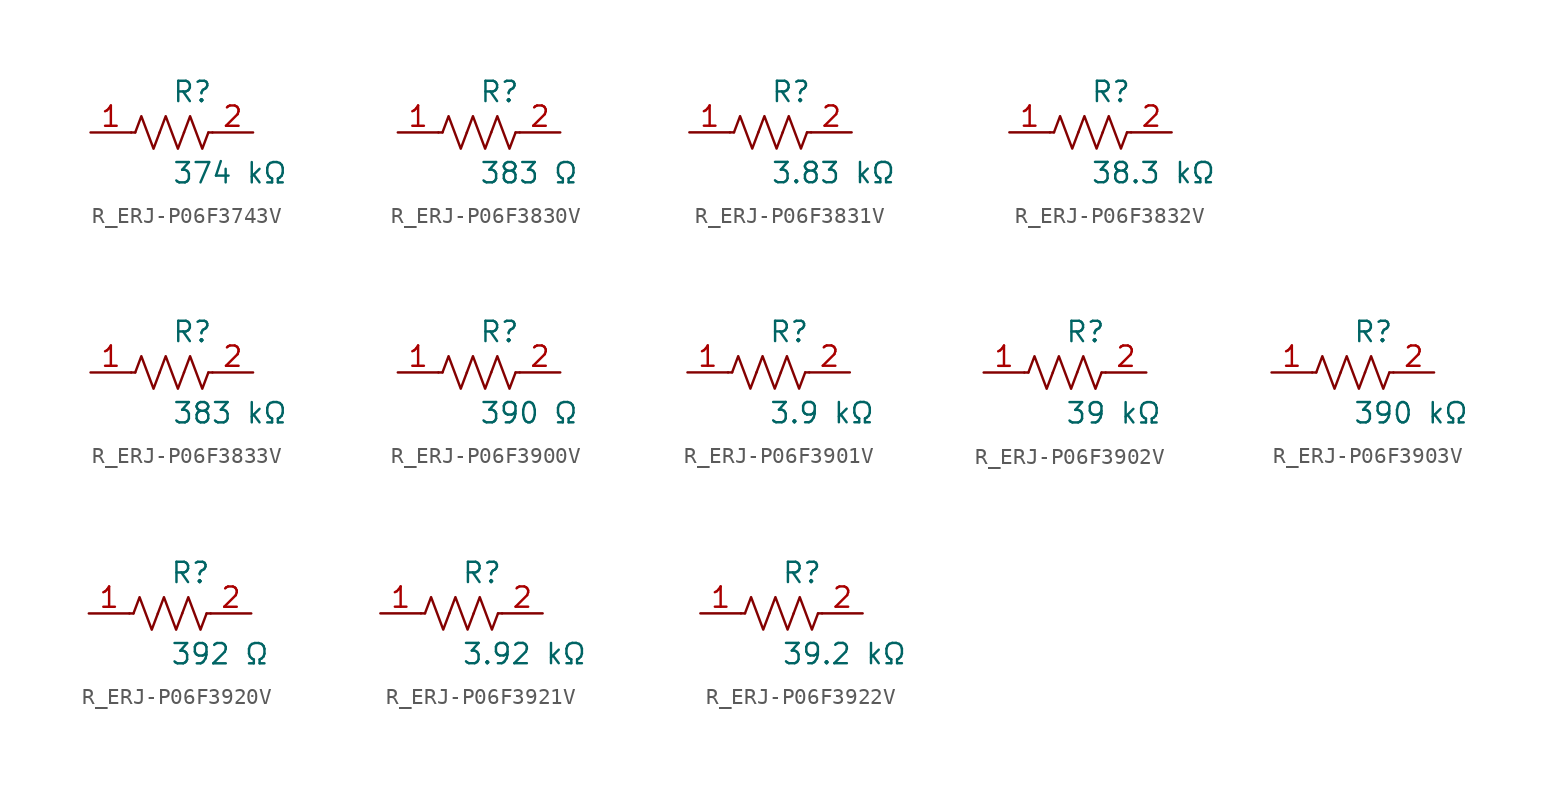
<source format=kicad_sym>
(kicad_symbol_lib
  (version 20231120)
  (generator kicad_symbol_editor)
  (generator_version 8.0)
  (symbol "R_ERJ-P06F3743V"
    (pin_names
      (offset 0.254))
    (property "Reference" "R"
      (at 0.0 2.54 0)
      (effects (font (size 1.27 1.27)) (justify left)))
    (property "Value" "374 kΩ"
      (at 0.0 -2.54 0)
      (effects (font (size 1.27 1.27)) (justify left)))
    (symbol "R_ERJ-P06F3743V_0_1"
      (polyline (pts (xy 2.286 0) (xy 2.54 0)) (stroke (width 0) (type default)) (fill (type none)))
      (polyline (pts (xy -2.286 0) (xy -2.54 0)) (stroke (width 0) (type default)) (fill (type none)))
      (polyline (pts (xy 0.762 0) (xy 1.143 1.016) (xy 1.524 0) (xy 1.905 -1.016) (xy 2.286 0)) (stroke (width 0) (type default)) (fill (type none)))
      (polyline (pts (xy -0.762 0) (xy -0.381 1.016) (xy 0 0) (xy 0.381 -1.016) (xy 0.762 0)) (stroke (width 0) (type default)) (fill (type none)))
      (polyline (pts (xy -2.286 0) (xy -1.905 1.016) (xy -1.524 0) (xy -1.143 -1.016) (xy -0.762 0)) (stroke (width 0) (type default)) (fill (type none))))
    (pin unspecified line
      (at -5.08 0 0)
      (length 2.54)
      (name "" (effects (font (size 1.27 1.27))))
      (number "1" (effects (font (size 1.27 1.27)))))
    (pin unspecified line
      (at 5.08 0 180)
      (length 2.54)
      (name "" (effects (font (size 1.27 1.27))))
      (number "2" (effects (font (size 1.27 1.27))))))
  (symbol "R_ERJ-P06F3830V"
    (pin_names
      (offset 0.254))
    (property "Reference" "R"
      (at 0.0 2.54 0)
      (effects (font (size 1.27 1.27)) (justify left)))
    (property "Value" "383 Ω"
      (at 0.0 -2.54 0)
      (effects (font (size 1.27 1.27)) (justify left)))
    (symbol "R_ERJ-P06F3830V_0_1"
      (polyline (pts (xy 2.286 0) (xy 2.54 0)) (stroke (width 0) (type default)) (fill (type none)))
      (polyline (pts (xy -2.286 0) (xy -2.54 0)) (stroke (width 0) (type default)) (fill (type none)))
      (polyline (pts (xy 0.762 0) (xy 1.143 1.016) (xy 1.524 0) (xy 1.905 -1.016) (xy 2.286 0)) (stroke (width 0) (type default)) (fill (type none)))
      (polyline (pts (xy -0.762 0) (xy -0.381 1.016) (xy 0 0) (xy 0.381 -1.016) (xy 0.762 0)) (stroke (width 0) (type default)) (fill (type none)))
      (polyline (pts (xy -2.286 0) (xy -1.905 1.016) (xy -1.524 0) (xy -1.143 -1.016) (xy -0.762 0)) (stroke (width 0) (type default)) (fill (type none))))
    (pin unspecified line
      (at -5.08 0 0)
      (length 2.54)
      (name "" (effects (font (size 1.27 1.27))))
      (number "1" (effects (font (size 1.27 1.27)))))
    (pin unspecified line
      (at 5.08 0 180)
      (length 2.54)
      (name "" (effects (font (size 1.27 1.27))))
      (number "2" (effects (font (size 1.27 1.27))))))
  (symbol "R_ERJ-P06F3831V"
    (pin_names
      (offset 0.254))
    (property "Reference" "R"
      (at 0.0 2.54 0)
      (effects (font (size 1.27 1.27)) (justify left)))
    (property "Value" "3.83 kΩ"
      (at 0.0 -2.54 0)
      (effects (font (size 1.27 1.27)) (justify left)))
    (symbol "R_ERJ-P06F3831V_0_1"
      (polyline (pts (xy 2.286 0) (xy 2.54 0)) (stroke (width 0) (type default)) (fill (type none)))
      (polyline (pts (xy -2.286 0) (xy -2.54 0)) (stroke (width 0) (type default)) (fill (type none)))
      (polyline (pts (xy 0.762 0) (xy 1.143 1.016) (xy 1.524 0) (xy 1.905 -1.016) (xy 2.286 0)) (stroke (width 0) (type default)) (fill (type none)))
      (polyline (pts (xy -0.762 0) (xy -0.381 1.016) (xy 0 0) (xy 0.381 -1.016) (xy 0.762 0)) (stroke (width 0) (type default)) (fill (type none)))
      (polyline (pts (xy -2.286 0) (xy -1.905 1.016) (xy -1.524 0) (xy -1.143 -1.016) (xy -0.762 0)) (stroke (width 0) (type default)) (fill (type none))))
    (pin unspecified line
      (at -5.08 0 0)
      (length 2.54)
      (name "" (effects (font (size 1.27 1.27))))
      (number "1" (effects (font (size 1.27 1.27)))))
    (pin unspecified line
      (at 5.08 0 180)
      (length 2.54)
      (name "" (effects (font (size 1.27 1.27))))
      (number "2" (effects (font (size 1.27 1.27))))))
  (symbol "R_ERJ-P06F3832V"
    (pin_names
      (offset 0.254))
    (property "Reference" "R"
      (at 0.0 2.54 0)
      (effects (font (size 1.27 1.27)) (justify left)))
    (property "Value" "38.3 kΩ"
      (at 0.0 -2.54 0)
      (effects (font (size 1.27 1.27)) (justify left)))
    (symbol "R_ERJ-P06F3832V_0_1"
      (polyline (pts (xy 2.286 0) (xy 2.54 0)) (stroke (width 0) (type default)) (fill (type none)))
      (polyline (pts (xy -2.286 0) (xy -2.54 0)) (stroke (width 0) (type default)) (fill (type none)))
      (polyline (pts (xy 0.762 0) (xy 1.143 1.016) (xy 1.524 0) (xy 1.905 -1.016) (xy 2.286 0)) (stroke (width 0) (type default)) (fill (type none)))
      (polyline (pts (xy -0.762 0) (xy -0.381 1.016) (xy 0 0) (xy 0.381 -1.016) (xy 0.762 0)) (stroke (width 0) (type default)) (fill (type none)))
      (polyline (pts (xy -2.286 0) (xy -1.905 1.016) (xy -1.524 0) (xy -1.143 -1.016) (xy -0.762 0)) (stroke (width 0) (type default)) (fill (type none))))
    (pin unspecified line
      (at -5.08 0 0)
      (length 2.54)
      (name "" (effects (font (size 1.27 1.27))))
      (number "1" (effects (font (size 1.27 1.27)))))
    (pin unspecified line
      (at 5.08 0 180)
      (length 2.54)
      (name "" (effects (font (size 1.27 1.27))))
      (number "2" (effects (font (size 1.27 1.27))))))
  (symbol "R_ERJ-P06F3833V"
    (pin_names
      (offset 0.254))
    (property "Reference" "R"
      (at 0.0 2.54 0)
      (effects (font (size 1.27 1.27)) (justify left)))
    (property "Value" "383 kΩ"
      (at 0.0 -2.54 0)
      (effects (font (size 1.27 1.27)) (justify left)))
    (symbol "R_ERJ-P06F3833V_0_1"
      (polyline (pts (xy 2.286 0) (xy 2.54 0)) (stroke (width 0) (type default)) (fill (type none)))
      (polyline (pts (xy -2.286 0) (xy -2.54 0)) (stroke (width 0) (type default)) (fill (type none)))
      (polyline (pts (xy 0.762 0) (xy 1.143 1.016) (xy 1.524 0) (xy 1.905 -1.016) (xy 2.286 0)) (stroke (width 0) (type default)) (fill (type none)))
      (polyline (pts (xy -0.762 0) (xy -0.381 1.016) (xy 0 0) (xy 0.381 -1.016) (xy 0.762 0)) (stroke (width 0) (type default)) (fill (type none)))
      (polyline (pts (xy -2.286 0) (xy -1.905 1.016) (xy -1.524 0) (xy -1.143 -1.016) (xy -0.762 0)) (stroke (width 0) (type default)) (fill (type none))))
    (pin unspecified line
      (at -5.08 0 0)
      (length 2.54)
      (name "" (effects (font (size 1.27 1.27))))
      (number "1" (effects (font (size 1.27 1.27)))))
    (pin unspecified line
      (at 5.08 0 180)
      (length 2.54)
      (name "" (effects (font (size 1.27 1.27))))
      (number "2" (effects (font (size 1.27 1.27))))))
  (symbol "R_ERJ-P06F3900V"
    (pin_names
      (offset 0.254))
    (property "Reference" "R"
      (at 0.0 2.54 0)
      (effects (font (size 1.27 1.27)) (justify left)))
    (property "Value" "390 Ω"
      (at 0.0 -2.54 0)
      (effects (font (size 1.27 1.27)) (justify left)))
    (symbol "R_ERJ-P06F3900V_0_1"
      (polyline (pts (xy 2.286 0) (xy 2.54 0)) (stroke (width 0) (type default)) (fill (type none)))
      (polyline (pts (xy -2.286 0) (xy -2.54 0)) (stroke (width 0) (type default)) (fill (type none)))
      (polyline (pts (xy 0.762 0) (xy 1.143 1.016) (xy 1.524 0) (xy 1.905 -1.016) (xy 2.286 0)) (stroke (width 0) (type default)) (fill (type none)))
      (polyline (pts (xy -0.762 0) (xy -0.381 1.016) (xy 0 0) (xy 0.381 -1.016) (xy 0.762 0)) (stroke (width 0) (type default)) (fill (type none)))
      (polyline (pts (xy -2.286 0) (xy -1.905 1.016) (xy -1.524 0) (xy -1.143 -1.016) (xy -0.762 0)) (stroke (width 0) (type default)) (fill (type none))))
    (pin unspecified line
      (at -5.08 0 0)
      (length 2.54)
      (name "" (effects (font (size 1.27 1.27))))
      (number "1" (effects (font (size 1.27 1.27)))))
    (pin unspecified line
      (at 5.08 0 180)
      (length 2.54)
      (name "" (effects (font (size 1.27 1.27))))
      (number "2" (effects (font (size 1.27 1.27))))))
  (symbol "R_ERJ-P06F3901V"
    (pin_names
      (offset 0.254))
    (property "Reference" "R"
      (at 0.0 2.54 0)
      (effects (font (size 1.27 1.27)) (justify left)))
    (property "Value" "3.9 kΩ"
      (at 0.0 -2.54 0)
      (effects (font (size 1.27 1.27)) (justify left)))
    (symbol "R_ERJ-P06F3901V_0_1"
      (polyline (pts (xy 2.286 0) (xy 2.54 0)) (stroke (width 0) (type default)) (fill (type none)))
      (polyline (pts (xy -2.286 0) (xy -2.54 0)) (stroke (width 0) (type default)) (fill (type none)))
      (polyline (pts (xy 0.762 0) (xy 1.143 1.016) (xy 1.524 0) (xy 1.905 -1.016) (xy 2.286 0)) (stroke (width 0) (type default)) (fill (type none)))
      (polyline (pts (xy -0.762 0) (xy -0.381 1.016) (xy 0 0) (xy 0.381 -1.016) (xy 0.762 0)) (stroke (width 0) (type default)) (fill (type none)))
      (polyline (pts (xy -2.286 0) (xy -1.905 1.016) (xy -1.524 0) (xy -1.143 -1.016) (xy -0.762 0)) (stroke (width 0) (type default)) (fill (type none))))
    (pin unspecified line
      (at -5.08 0 0)
      (length 2.54)
      (name "" (effects (font (size 1.27 1.27))))
      (number "1" (effects (font (size 1.27 1.27)))))
    (pin unspecified line
      (at 5.08 0 180)
      (length 2.54)
      (name "" (effects (font (size 1.27 1.27))))
      (number "2" (effects (font (size 1.27 1.27))))))
  (symbol "R_ERJ-P06F3902V"
    (pin_names
      (offset 0.254))
    (property "Reference" "R"
      (at 0.0 2.54 0)
      (effects (font (size 1.27 1.27)) (justify left)))
    (property "Value" "39 kΩ"
      (at 0.0 -2.54 0)
      (effects (font (size 1.27 1.27)) (justify left)))
    (symbol "R_ERJ-P06F3902V_0_1"
      (polyline (pts (xy 2.286 0) (xy 2.54 0)) (stroke (width 0) (type default)) (fill (type none)))
      (polyline (pts (xy -2.286 0) (xy -2.54 0)) (stroke (width 0) (type default)) (fill (type none)))
      (polyline (pts (xy 0.762 0) (xy 1.143 1.016) (xy 1.524 0) (xy 1.905 -1.016) (xy 2.286 0)) (stroke (width 0) (type default)) (fill (type none)))
      (polyline (pts (xy -0.762 0) (xy -0.381 1.016) (xy 0 0) (xy 0.381 -1.016) (xy 0.762 0)) (stroke (width 0) (type default)) (fill (type none)))
      (polyline (pts (xy -2.286 0) (xy -1.905 1.016) (xy -1.524 0) (xy -1.143 -1.016) (xy -0.762 0)) (stroke (width 0) (type default)) (fill (type none))))
    (pin unspecified line
      (at -5.08 0 0)
      (length 2.54)
      (name "" (effects (font (size 1.27 1.27))))
      (number "1" (effects (font (size 1.27 1.27)))))
    (pin unspecified line
      (at 5.08 0 180)
      (length 2.54)
      (name "" (effects (font (size 1.27 1.27))))
      (number "2" (effects (font (size 1.27 1.27))))))
  (symbol "R_ERJ-P06F3903V"
    (pin_names
      (offset 0.254))
    (property "Reference" "R"
      (at 0.0 2.54 0)
      (effects (font (size 1.27 1.27)) (justify left)))
    (property "Value" "390 kΩ"
      (at 0.0 -2.54 0)
      (effects (font (size 1.27 1.27)) (justify left)))
    (symbol "R_ERJ-P06F3903V_0_1"
      (polyline (pts (xy 2.286 0) (xy 2.54 0)) (stroke (width 0) (type default)) (fill (type none)))
      (polyline (pts (xy -2.286 0) (xy -2.54 0)) (stroke (width 0) (type default)) (fill (type none)))
      (polyline (pts (xy 0.762 0) (xy 1.143 1.016) (xy 1.524 0) (xy 1.905 -1.016) (xy 2.286 0)) (stroke (width 0) (type default)) (fill (type none)))
      (polyline (pts (xy -0.762 0) (xy -0.381 1.016) (xy 0 0) (xy 0.381 -1.016) (xy 0.762 0)) (stroke (width 0) (type default)) (fill (type none)))
      (polyline (pts (xy -2.286 0) (xy -1.905 1.016) (xy -1.524 0) (xy -1.143 -1.016) (xy -0.762 0)) (stroke (width 0) (type default)) (fill (type none))))
    (pin unspecified line
      (at -5.08 0 0)
      (length 2.54)
      (name "" (effects (font (size 1.27 1.27))))
      (number "1" (effects (font (size 1.27 1.27)))))
    (pin unspecified line
      (at 5.08 0 180)
      (length 2.54)
      (name "" (effects (font (size 1.27 1.27))))
      (number "2" (effects (font (size 1.27 1.27))))))
  (symbol "R_ERJ-P06F3920V"
    (pin_names
      (offset 0.254))
    (property "Reference" "R"
      (at 0.0 2.54 0)
      (effects (font (size 1.27 1.27)) (justify left)))
    (property "Value" "392 Ω"
      (at 0.0 -2.54 0)
      (effects (font (size 1.27 1.27)) (justify left)))
    (symbol "R_ERJ-P06F3920V_0_1"
      (polyline (pts (xy 2.286 0) (xy 2.54 0)) (stroke (width 0) (type default)) (fill (type none)))
      (polyline (pts (xy -2.286 0) (xy -2.54 0)) (stroke (width 0) (type default)) (fill (type none)))
      (polyline (pts (xy 0.762 0) (xy 1.143 1.016) (xy 1.524 0) (xy 1.905 -1.016) (xy 2.286 0)) (stroke (width 0) (type default)) (fill (type none)))
      (polyline (pts (xy -0.762 0) (xy -0.381 1.016) (xy 0 0) (xy 0.381 -1.016) (xy 0.762 0)) (stroke (width 0) (type default)) (fill (type none)))
      (polyline (pts (xy -2.286 0) (xy -1.905 1.016) (xy -1.524 0) (xy -1.143 -1.016) (xy -0.762 0)) (stroke (width 0) (type default)) (fill (type none))))
    (pin unspecified line
      (at -5.08 0 0)
      (length 2.54)
      (name "" (effects (font (size 1.27 1.27))))
      (number "1" (effects (font (size 1.27 1.27)))))
    (pin unspecified line
      (at 5.08 0 180)
      (length 2.54)
      (name "" (effects (font (size 1.27 1.27))))
      (number "2" (effects (font (size 1.27 1.27))))))
  (symbol "R_ERJ-P06F3921V"
    (pin_names
      (offset 0.254))
    (property "Reference" "R"
      (at 0.0 2.54 0)
      (effects (font (size 1.27 1.27)) (justify left)))
    (property "Value" "3.92 kΩ"
      (at 0.0 -2.54 0)
      (effects (font (size 1.27 1.27)) (justify left)))
    (symbol "R_ERJ-P06F3921V_0_1"
      (polyline (pts (xy 2.286 0) (xy 2.54 0)) (stroke (width 0) (type default)) (fill (type none)))
      (polyline (pts (xy -2.286 0) (xy -2.54 0)) (stroke (width 0) (type default)) (fill (type none)))
      (polyline (pts (xy 0.762 0) (xy 1.143 1.016) (xy 1.524 0) (xy 1.905 -1.016) (xy 2.286 0)) (stroke (width 0) (type default)) (fill (type none)))
      (polyline (pts (xy -0.762 0) (xy -0.381 1.016) (xy 0 0) (xy 0.381 -1.016) (xy 0.762 0)) (stroke (width 0) (type default)) (fill (type none)))
      (polyline (pts (xy -2.286 0) (xy -1.905 1.016) (xy -1.524 0) (xy -1.143 -1.016) (xy -0.762 0)) (stroke (width 0) (type default)) (fill (type none))))
    (pin unspecified line
      (at -5.08 0 0)
      (length 2.54)
      (name "" (effects (font (size 1.27 1.27))))
      (number "1" (effects (font (size 1.27 1.27)))))
    (pin unspecified line
      (at 5.08 0 180)
      (length 2.54)
      (name "" (effects (font (size 1.27 1.27))))
      (number "2" (effects (font (size 1.27 1.27))))))
  (symbol "R_ERJ-P06F3922V"
    (pin_names
      (offset 0.254))
    (property "Reference" "R"
      (at 0.0 2.54 0)
      (effects (font (size 1.27 1.27)) (justify left)))
    (property "Value" "39.2 kΩ"
      (at 0.0 -2.54 0)
      (effects (font (size 1.27 1.27)) (justify left)))
    (symbol "R_ERJ-P06F3922V_0_1"
      (polyline (pts (xy 2.286 0) (xy 2.54 0)) (stroke (width 0) (type default)) (fill (type none)))
      (polyline (pts (xy -2.286 0) (xy -2.54 0)) (stroke (width 0) (type default)) (fill (type none)))
      (polyline (pts (xy 0.762 0) (xy 1.143 1.016) (xy 1.524 0) (xy 1.905 -1.016) (xy 2.286 0)) (stroke (width 0) (type default)) (fill (type none)))
      (polyline (pts (xy -0.762 0) (xy -0.381 1.016) (xy 0 0) (xy 0.381 -1.016) (xy 0.762 0)) (stroke (width 0) (type default)) (fill (type none)))
      (polyline (pts (xy -2.286 0) (xy -1.905 1.016) (xy -1.524 0) (xy -1.143 -1.016) (xy -0.762 0)) (stroke (width 0) (type default)) (fill (type none))))
    (pin unspecified line
      (at -5.08 0 0)
      (length 2.54)
      (name "" (effects (font (size 1.27 1.27))))
      (number "1" (effects (font (size 1.27 1.27)))))
    (pin unspecified line
      (at 5.08 0 180)
      (length 2.54)
      (name "" (effects (font (size 1.27 1.27))))
      (number "2" (effects (font (size 1.27 1.27)))))))
</source>
